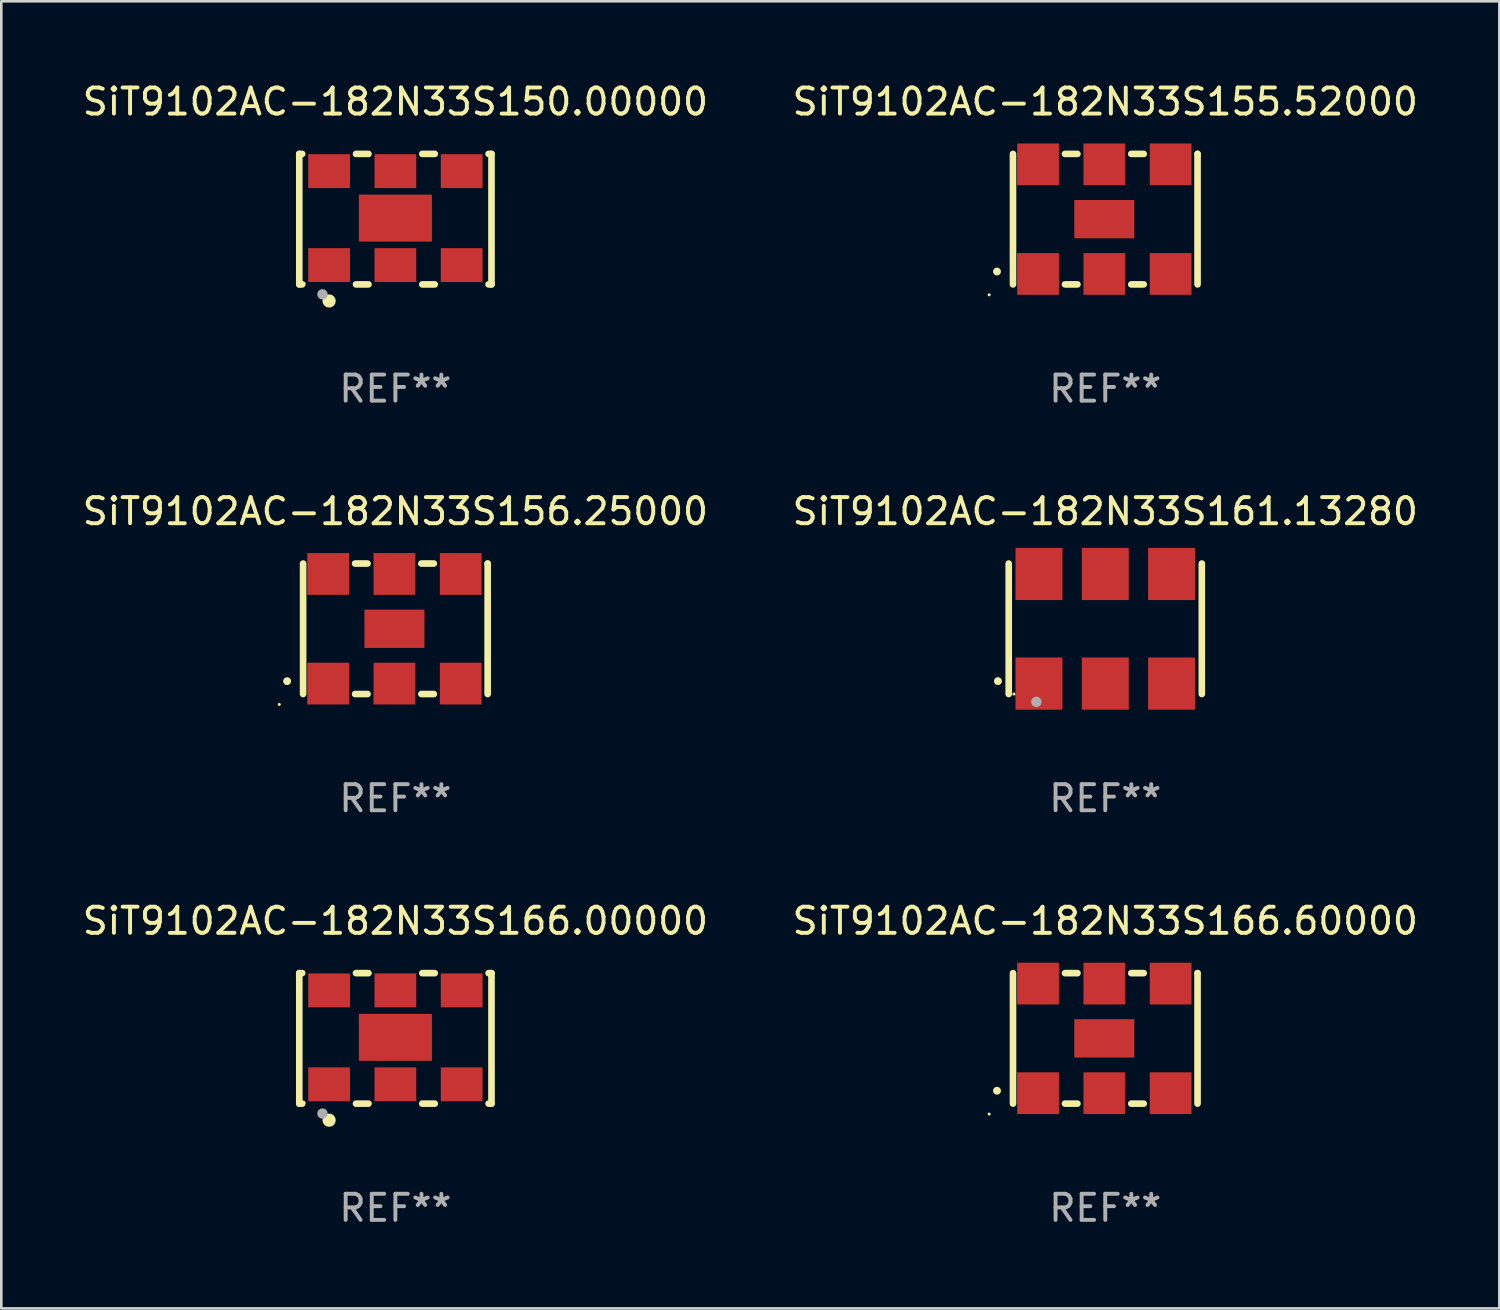
<source format=kicad_pcb>
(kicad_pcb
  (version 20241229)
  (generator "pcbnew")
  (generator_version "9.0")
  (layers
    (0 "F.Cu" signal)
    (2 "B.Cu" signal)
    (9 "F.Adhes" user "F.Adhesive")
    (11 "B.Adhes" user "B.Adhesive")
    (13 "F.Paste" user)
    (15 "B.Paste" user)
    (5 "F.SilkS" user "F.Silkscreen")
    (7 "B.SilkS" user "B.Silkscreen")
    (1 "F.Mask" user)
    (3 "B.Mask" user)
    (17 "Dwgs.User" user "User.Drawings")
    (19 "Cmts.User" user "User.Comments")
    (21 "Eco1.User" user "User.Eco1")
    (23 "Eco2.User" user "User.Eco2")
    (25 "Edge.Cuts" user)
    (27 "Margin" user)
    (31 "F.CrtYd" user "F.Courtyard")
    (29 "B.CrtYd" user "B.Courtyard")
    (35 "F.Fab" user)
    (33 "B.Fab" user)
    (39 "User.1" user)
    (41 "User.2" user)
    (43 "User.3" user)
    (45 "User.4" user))
  (footprint "SiT9102AC-182N33S156.25000"
    (layer "F.Cu")
    (at 12.101 21.045)
    (property "Reference" "SiT9102AC-182N33S156.25000" (at 0 -4.5 0) (layer "F.SilkS") (effects (font (size 1 1) (thickness 0.15))))
    (attr through_hole)
    (fp_line (start -3.536 -2.5) (end -3.536 2.5) (stroke (width 0.254) (type solid)) (layer "F.SilkS"))
    (fp_line (start -1.544 2.5) (end -1.067 2.5) (stroke (width 0.254) (type solid)) (layer "F.SilkS"))
    (fp_line (start -1.067 -2.5) (end -1.544 -2.5) (stroke (width 0.254) (type solid)) (layer "F.SilkS"))
    (fp_line (start 0.996 2.5) (end 1.473 2.5) (stroke (width 0.254) (type solid)) (layer "F.SilkS"))
    (fp_line (start 1.473 -2.5) (end 0.996 -2.5) (stroke (width 0.254) (type solid)) (layer "F.SilkS"))
    (fp_line (start 3.536 -2.5) (end 3.536 -2.5) (stroke (width 0.254) (type solid)) (layer "F.SilkS"))
    (fp_line (start 3.536 2.5) (end 3.536 -2.5) (stroke (width 0.254) (type solid)) (layer "F.SilkS"))
    (fp_arc (start -4.150432 2.006604) (mid -4.149162 2.006599) (end -4.147892 2.006604) (stroke (width 0.3) (type solid)) (layer "F.SilkS"))
    (fp_circle (center -4.449 2.9) (end -4.419 2.9) (stroke (width 0.06) (type solid)) (fill no) (layer "F.SilkS"))
    (fp_text user "REF**" (at 0 6.5 0) (layer "F.Fab") (effects (font (size 1 1) (thickness 0.15))))
    (pad "1" smd rect (at -2.576 2.1) (size 1.6 1.6) (layers "F.Cu" "F.Mask" "F.Paste"))
    (pad "2" smd rect (at -0.036 2.1) (size 1.6 1.6) (layers "F.Cu" "F.Mask" "F.Paste"))
    (pad "3" smd rect (at 2.504 2.1) (size 1.6 1.6) (layers "F.Cu" "F.Mask" "F.Paste"))
    (pad "4" smd rect (at 2.504 -2.1) (size 1.6 1.6) (layers "F.Cu" "F.Mask" "F.Paste"))
    (pad "5" smd rect (at -0.036 -2.1) (size 1.6 1.6) (layers "F.Cu" "F.Mask" "F.Paste"))
    (pad "6" smd rect (at -2.576 -2.1) (size 1.6 1.6) (layers "F.Cu" "F.Mask" "F.Paste"))
    (pad "7" smd rect (at -0.036 0) (size 2.3 1.47) (layers "F.Cu" "F.Mask" "F.Paste")))
  (footprint "SiT9102AC-182N33S161.13280"
    (layer "F.Cu")
    (at 39.304 21.045)
    (property "Reference" "SiT9102AC-182N33S161.13280" (at 0 -4.5 0) (layer "F.SilkS") (effects (font (size 1 1) (thickness 0.15))))
    (attr through_hole)
    (fp_line (start -3.7 -2.5) (end -3.7 2.5) (stroke (width 0.254) (type solid)) (layer "F.SilkS"))
    (fp_line (start 3.7 -2.5) (end 3.7 2.5) (stroke (width 0.254) (type solid)) (layer "F.SilkS"))
    (fp_arc (start -4.114415 2.006604) (mid -4.113145 2.006599) (end -4.111875 2.006604) (stroke (width 0.3) (type solid)) (layer "F.SilkS"))
    (fp_circle (center -3.5 2.501) (end -3.47 2.501) (stroke (width 0.06) (type solid)) (fill no) (layer "F.SilkS"))
    (fp_circle (center -2.641 2.799) (end -2.541 2.799) (stroke (width 0.2) (type solid)) (fill no) (layer "F.Fab"))
    (fp_text user "REF**" (at 0 6.5 0) (layer "F.Fab") (effects (font (size 1 1) (thickness 0.15))))
    (pad "1" smd rect (at -2.54 2.1) (size 1.8 2) (layers "F.Cu" "F.Mask" "F.Paste"))
    (pad "2" smd rect (at 0.000394 2.1) (size 1.8 2) (layers "F.Cu" "F.Mask" "F.Paste"))
    (pad "3" smd rect (at 2.54 2.1) (size 1.8 2) (layers "F.Cu" "F.Mask" "F.Paste"))
    (pad "4" smd rect (at 2.54 -2.1) (size 1.8 2) (layers "F.Cu" "F.Mask" "F.Paste"))
    (pad "5" smd rect (at 0.000394 -2.1) (size 1.8 2) (layers "F.Cu" "F.Mask" "F.Paste"))
    (pad "6" smd rect (at -2.54 -2.1) (size 1.8 2) (layers "F.Cu" "F.Mask" "F.Paste")))
  (footprint "SiT9102AC-182N33S150.00000"
    (layer "F.Cu")
    (at 12.101 5.348)
    (property "Reference" "SiT9102AC-182N33S150.00000" (at 0 -4.5 0) (layer "F.SilkS") (effects (font (size 1 1) (thickness 0.15))))
    (attr through_hole)
    (fp_line (start -3.683 -2.5) (end -3.571 -2.5) (stroke (width 0.254) (type solid)) (layer "F.SilkS"))
    (fp_line (start -3.683 2.5) (end -3.683 -2.5) (stroke (width 0.254) (type solid)) (layer "F.SilkS"))
    (fp_line (start -3.683 2.5) (end -3.571 2.5) (stroke (width 0.254) (type solid)) (layer "F.SilkS"))
    (fp_line (start -1.509 -2.5) (end -1.031 -2.5) (stroke (width 0.254) (type solid)) (layer "F.SilkS"))
    (fp_line (start -1.509 2.5) (end -1.031 2.5) (stroke (width 0.254) (type solid)) (layer "F.SilkS"))
    (fp_line (start 1.031 -2.5) (end 1.509 -2.5) (stroke (width 0.254) (type solid)) (layer "F.SilkS"))
    (fp_line (start 1.031 2.5) (end 1.509 2.5) (stroke (width 0.254) (type solid)) (layer "F.SilkS"))
    (fp_line (start 3.571 -2.5) (end 3.683 -2.5) (stroke (width 0.254) (type solid)) (layer "F.SilkS"))
    (fp_line (start 3.571 2.5) (end 3.683 2.5) (stroke (width 0.254) (type solid)) (layer "F.SilkS"))
    (fp_line (start 3.683 2.5) (end 3.683 -2.5) (stroke (width 0.254) (type solid)) (layer "F.SilkS"))
    (fp_circle (center -3.5 2.46) (end -3.47 2.46) (stroke (width 0.06) (type solid)) (fill no) (layer "F.SilkS"))
    (fp_circle (center -2.54 3.135) (end -2.413 3.135) (stroke (width 0.254) (type solid)) (fill no) (layer "F.SilkS"))
    (fp_circle (center -2.794 2.881) (end -2.694 2.881) (stroke (width 0.2) (type solid)) (fill no) (layer "F.Fab"))
    (fp_text user "REF**" (at 0 6.5 0) (layer "F.Fab") (effects (font (size 1 1) (thickness 0.15))))
    (pad "1" smd rect (at -2.54 1.76) (size 1.6 1.3) (layers "F.Cu" "F.Mask" "F.Paste"))
    (pad "2" smd rect (at 0 1.76) (size 1.6 1.3) (layers "F.Cu" "F.Mask" "F.Paste"))
    (pad "3" smd rect (at 2.54 1.76) (size 1.6 1.3) (layers "F.Cu" "F.Mask" "F.Paste"))
    (pad "4" smd rect (at 2.54 -1.84) (size 1.6 1.3) (layers "F.Cu" "F.Mask" "F.Paste"))
    (pad "5" smd rect (at 0 -1.84) (size 1.6 1.3) (layers "F.Cu" "F.Mask" "F.Paste"))
    (pad "6" smd rect (at -2.54 -1.84) (size 1.6 1.3) (layers "F.Cu" "F.Mask" "F.Paste"))
    (pad "7" smd rect (at 0 -0.04) (size 2.8 1.8) (layers "F.Cu" "F.Mask" "F.Paste")))
  (footprint "SiT9102AC-182N33S166.00000"
    (layer "F.Cu")
    (at 12.101 36.741)
    (property "Reference" "SiT9102AC-182N33S166.00000" (at 0 -4.5 0) (layer "F.SilkS") (effects (font (size 1 1) (thickness 0.15))))
    (attr through_hole)
    (fp_line (start -3.683 -2.5) (end -3.571 -2.5) (stroke (width 0.254) (type solid)) (layer "F.SilkS"))
    (fp_line (start -3.683 2.5) (end -3.683 -2.5) (stroke (width 0.254) (type solid)) (layer "F.SilkS"))
    (fp_line (start -3.683 2.5) (end -3.571 2.5) (stroke (width 0.254) (type solid)) (layer "F.SilkS"))
    (fp_line (start -1.509 -2.5) (end -1.031 -2.5) (stroke (width 0.254) (type solid)) (layer "F.SilkS"))
    (fp_line (start -1.509 2.5) (end -1.031 2.5) (stroke (width 0.254) (type solid)) (layer "F.SilkS"))
    (fp_line (start 1.031 -2.5) (end 1.509 -2.5) (stroke (width 0.254) (type solid)) (layer "F.SilkS"))
    (fp_line (start 1.031 2.5) (end 1.509 2.5) (stroke (width 0.254) (type solid)) (layer "F.SilkS"))
    (fp_line (start 3.571 -2.5) (end 3.683 -2.5) (stroke (width 0.254) (type solid)) (layer "F.SilkS"))
    (fp_line (start 3.571 2.5) (end 3.683 2.5) (stroke (width 0.254) (type solid)) (layer "F.SilkS"))
    (fp_line (start 3.683 2.5) (end 3.683 -2.5) (stroke (width 0.254) (type solid)) (layer "F.SilkS"))
    (fp_circle (center -3.5 2.46) (end -3.47 2.46) (stroke (width 0.06) (type solid)) (fill no) (layer "F.SilkS"))
    (fp_circle (center -2.54 3.135) (end -2.413 3.135) (stroke (width 0.254) (type solid)) (fill no) (layer "F.SilkS"))
    (fp_circle (center -2.794 2.881) (end -2.694 2.881) (stroke (width 0.2) (type solid)) (fill no) (layer "F.Fab"))
    (fp_text user "REF**" (at 0 6.5 0) (layer "F.Fab") (effects (font (size 1 1) (thickness 0.15))))
    (pad "1" smd rect (at -2.54 1.76) (size 1.6 1.3) (layers "F.Cu" "F.Mask" "F.Paste"))
    (pad "2" smd rect (at 0 1.76) (size 1.6 1.3) (layers "F.Cu" "F.Mask" "F.Paste"))
    (pad "3" smd rect (at 2.54 1.76) (size 1.6 1.3) (layers "F.Cu" "F.Mask" "F.Paste"))
    (pad "4" smd rect (at 2.54 -1.84) (size 1.6 1.3) (layers "F.Cu" "F.Mask" "F.Paste"))
    (pad "5" smd rect (at 0 -1.84) (size 1.6 1.3) (layers "F.Cu" "F.Mask" "F.Paste"))
    (pad "6" smd rect (at -2.54 -1.84) (size 1.6 1.3) (layers "F.Cu" "F.Mask" "F.Paste"))
    (pad "7" smd rect (at 0 -0.04) (size 2.8 1.8) (layers "F.Cu" "F.Mask" "F.Paste")))
  (footprint "SiT9102AC-182N33S166.60000"
    (layer "F.Cu")
    (at 39.304 36.741)
    (property "Reference" "SiT9102AC-182N33S166.60000" (at 0 -4.5 0) (layer "F.SilkS") (effects (font (size 1 1) (thickness 0.15))))
    (attr through_hole)
    (fp_line (start -3.536 -2.5) (end -3.536 2.5) (stroke (width 0.254) (type solid)) (layer "F.SilkS"))
    (fp_line (start -1.544 2.5) (end -1.067 2.5) (stroke (width 0.254) (type solid)) (layer "F.SilkS"))
    (fp_line (start -1.067 -2.5) (end -1.544 -2.5) (stroke (width 0.254) (type solid)) (layer "F.SilkS"))
    (fp_line (start 0.996 2.5) (end 1.473 2.5) (stroke (width 0.254) (type solid)) (layer "F.SilkS"))
    (fp_line (start 1.473 -2.5) (end 0.996 -2.5) (stroke (width 0.254) (type solid)) (layer "F.SilkS"))
    (fp_line (start 3.536 -2.5) (end 3.536 -2.5) (stroke (width 0.254) (type solid)) (layer "F.SilkS"))
    (fp_line (start 3.536 2.5) (end 3.536 -2.5) (stroke (width 0.254) (type solid)) (layer "F.SilkS"))
    (fp_arc (start -4.150432 2.006604) (mid -4.149162 2.006599) (end -4.147892 2.006604) (stroke (width 0.3) (type solid)) (layer "F.SilkS"))
    (fp_circle (center -4.449 2.9) (end -4.419 2.9) (stroke (width 0.06) (type solid)) (fill no) (layer "F.SilkS"))
    (fp_text user "REF**" (at 0 6.5 0) (layer "F.Fab") (effects (font (size 1 1) (thickness 0.15))))
    (pad "1" smd rect (at -2.576 2.1) (size 1.6 1.6) (layers "F.Cu" "F.Mask" "F.Paste"))
    (pad "2" smd rect (at -0.036 2.1) (size 1.6 1.6) (layers "F.Cu" "F.Mask" "F.Paste"))
    (pad "3" smd rect (at 2.504 2.1) (size 1.6 1.6) (layers "F.Cu" "F.Mask" "F.Paste"))
    (pad "4" smd rect (at 2.504 -2.1) (size 1.6 1.6) (layers "F.Cu" "F.Mask" "F.Paste"))
    (pad "5" smd rect (at -0.036 -2.1) (size 1.6 1.6) (layers "F.Cu" "F.Mask" "F.Paste"))
    (pad "6" smd rect (at -2.576 -2.1) (size 1.6 1.6) (layers "F.Cu" "F.Mask" "F.Paste"))
    (pad "7" smd rect (at -0.036 0) (size 2.3 1.47) (layers "F.Cu" "F.Mask" "F.Paste")))
  (footprint "SiT9102AC-182N33S155.52000"
    (layer "F.Cu")
    (at 39.304 5.348)
    (property "Reference" "SiT9102AC-182N33S155.52000" (at 0 -4.5 0) (layer "F.SilkS") (effects (font (size 1 1) (thickness 0.15))))
    (attr through_hole)
    (fp_line (start -3.536 -2.5) (end -3.536 2.5) (stroke (width 0.254) (type solid)) (layer "F.SilkS"))
    (fp_line (start -1.544 2.5) (end -1.067 2.5) (stroke (width 0.254) (type solid)) (layer "F.SilkS"))
    (fp_line (start -1.067 -2.5) (end -1.544 -2.5) (stroke (width 0.254) (type solid)) (layer "F.SilkS"))
    (fp_line (start 0.996 2.5) (end 1.473 2.5) (stroke (width 0.254) (type solid)) (layer "F.SilkS"))
    (fp_line (start 1.473 -2.5) (end 0.996 -2.5) (stroke (width 0.254) (type solid)) (layer "F.SilkS"))
    (fp_line (start 3.536 -2.5) (end 3.536 -2.5) (stroke (width 0.254) (type solid)) (layer "F.SilkS"))
    (fp_line (start 3.536 2.5) (end 3.536 -2.5) (stroke (width 0.254) (type solid)) (layer "F.SilkS"))
    (fp_arc (start -4.150432 2.006604) (mid -4.149162 2.006599) (end -4.147892 2.006604) (stroke (width 0.3) (type solid)) (layer "F.SilkS"))
    (fp_circle (center -4.449 2.9) (end -4.419 2.9) (stroke (width 0.06) (type solid)) (fill no) (layer "F.SilkS"))
    (fp_text user "REF**" (at 0 6.5 0) (layer "F.Fab") (effects (font (size 1 1) (thickness 0.15))))
    (pad "1" smd rect (at -2.576 2.1) (size 1.6 1.6) (layers "F.Cu" "F.Mask" "F.Paste"))
    (pad "2" smd rect (at -0.036 2.1) (size 1.6 1.6) (layers "F.Cu" "F.Mask" "F.Paste"))
    (pad "3" smd rect (at 2.504 2.1) (size 1.6 1.6) (layers "F.Cu" "F.Mask" "F.Paste"))
    (pad "4" smd rect (at 2.504 -2.1) (size 1.6 1.6) (layers "F.Cu" "F.Mask" "F.Paste"))
    (pad "5" smd rect (at -0.036 -2.1) (size 1.6 1.6) (layers "F.Cu" "F.Mask" "F.Paste"))
    (pad "6" smd rect (at -2.576 -2.1) (size 1.6 1.6) (layers "F.Cu" "F.Mask" "F.Paste"))
    (pad "7" smd rect (at -0.036 0) (size 2.3 1.47) (layers "F.Cu" "F.Mask" "F.Paste")))
  (gr_rect
    (start -3 -3)
    (end 54.405 47.09)
    (stroke (width 0.1) (type default))
    (fill no)
    (layer "Edge.Cuts")))
</source>
